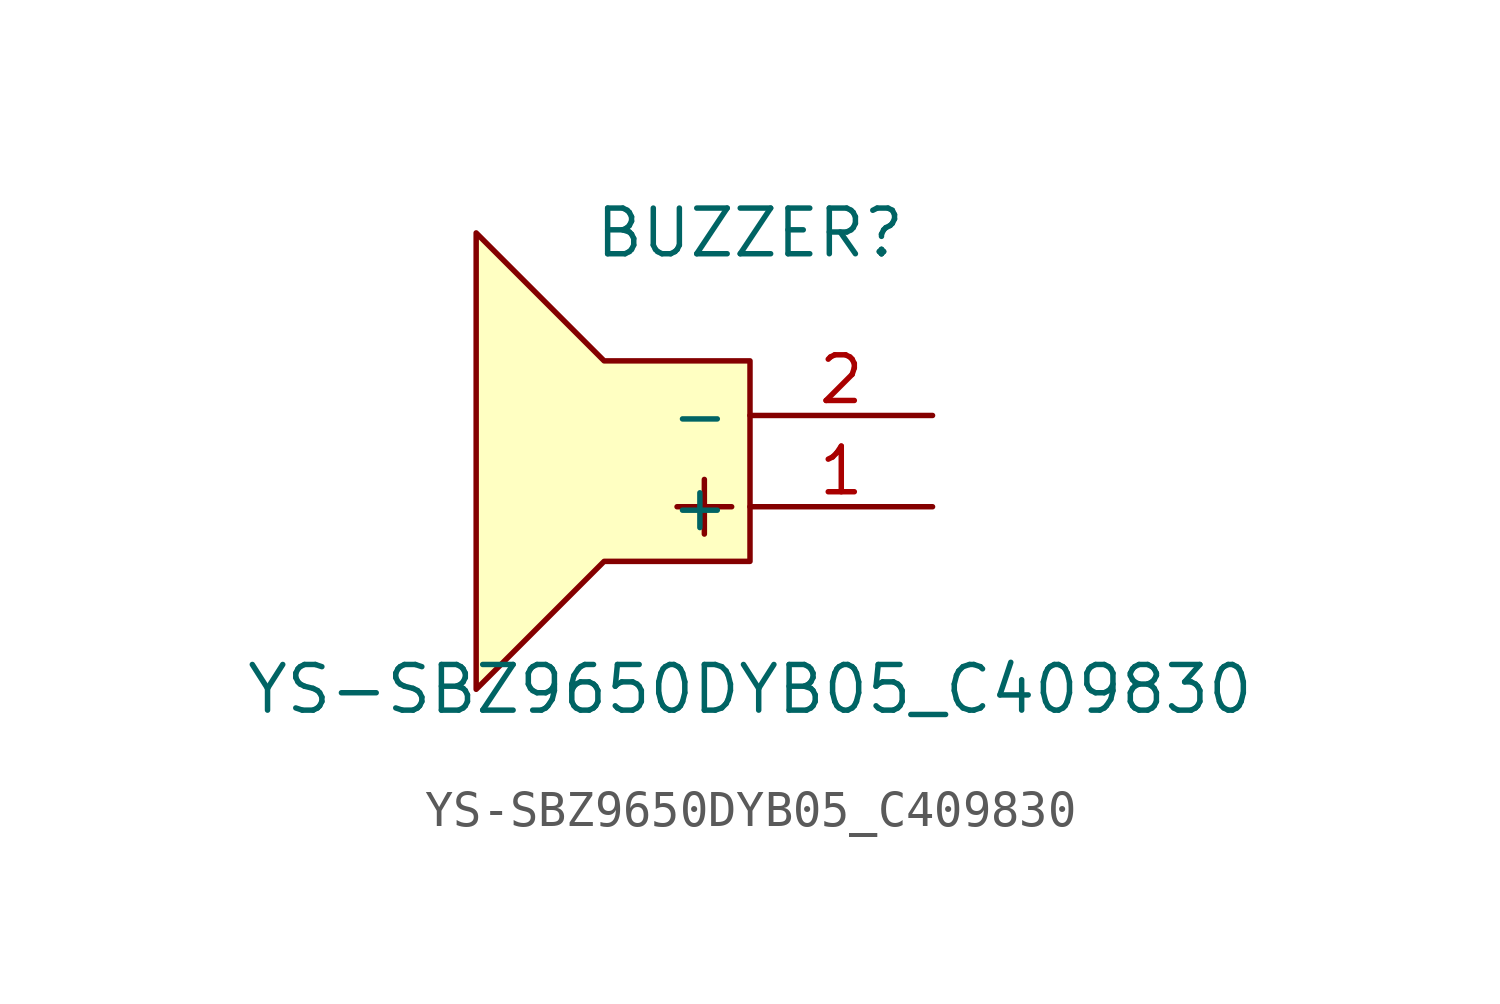
<source format=kicad_sym>
(kicad_symbol_lib
  (version 20211014)
  (generator https://github.com/uPesy/easyeda2kicad.py)
  (symbol "YS-SBZ9650DYB05_C409830"
    (property "Reference" "BUZZER"
      (at 0 7.62 0)
      (effects (font (size 1.27 1.27))))
    (property "Value" "YS-SBZ9650DYB05_C409830"
      (at 0 -5.08 0)
      (effects (font (size 1.27 1.27))))
    (symbol "YS-SBZ9650DYB05_C409830_0_1"
      (polyline (pts (xy -4.06 4.06) (xy 0.00 4.06) (xy 0.00 -1.52) (xy -4.06 -1.52) (xy -7.62 -5.08) (xy -7.62 7.62) (xy -4.06 4.06)) (stroke (width 0) (type default) (color 0 0 0 0)) (fill (type background)))
      (polyline (pts (xy -2.03 -0.00) (xy -0.51 -0.00)) (stroke (width 0) (type default) (color 0 0 0 0)) (fill (type none)))
      (polyline (pts (xy -1.27 -0.76) (xy -1.27 0.76)) (stroke (width 0) (type default) (color 0 0 0 0)) (fill (type none)))
      (pin unspecified line (at 5.08 -0.00 180) (length 5.08) (name "+" (effects (font (size 1.27 1.27)))) (number "1" (effects (font (size 1.27 1.27)))))
      (pin unspecified line (at 5.08 2.54 180) (length 5.08) (name "-" (effects (font (size 1.27 1.27)))) (number "2" (effects (font (size 1.27 1.27))))))))
</source>
